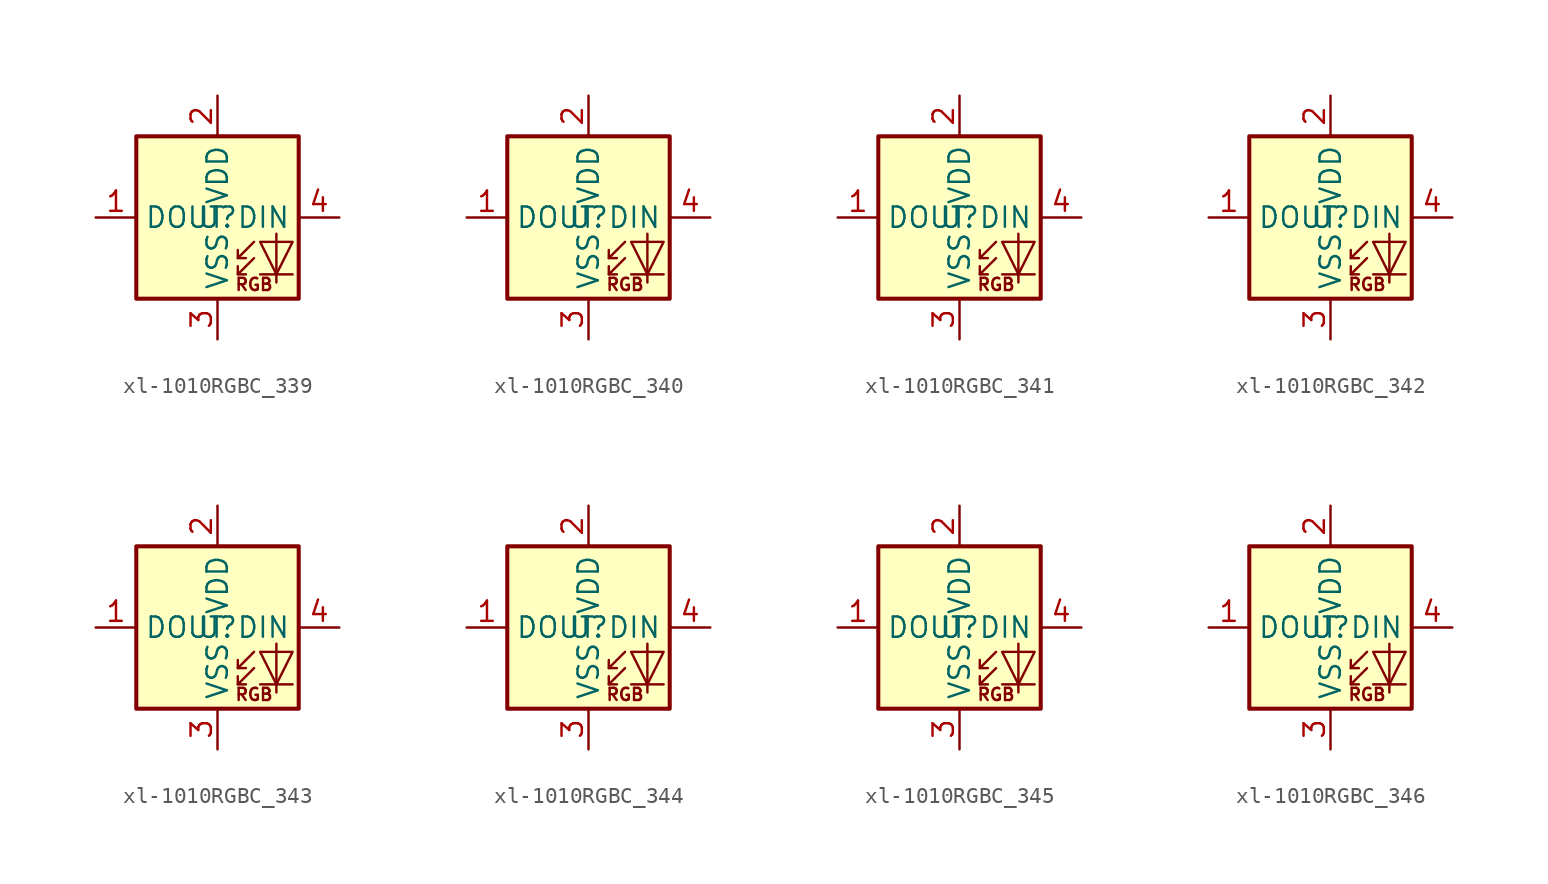
<source format=kicad_sym>
(kicad_symbol_lib
  (version 20231120)
  (generator "kicad_symbol_editor")
  (generator_version "8.0")
  (symbol "xl-1010RGBC_339"
    (property "Reference" "U"
      (at 0 0 0)
      (effects (font (size 1.27 1.27))))
    (property "Value" ""
      (at 0 0 0)
      (effects (font (size 1.27 1.27))))
    (symbol "xl-1010RGBC_339_0_0"
      (text "RGB" (at 2.286 -4.191 0) (effects (font (size 0.762 0.762)))))
    (symbol "xl-1010RGBC_339_0_1"
      (polyline (pts (xy 1.27 -3.556) (xy 1.778 -3.556)) (stroke (width 0) (type default)) (fill (type none)))
      (polyline (pts (xy 1.27 -2.54) (xy 1.778 -2.54)) (stroke (width 0) (type default)) (fill (type none)))
      (polyline (pts (xy 4.699 -3.556) (xy 2.667 -3.556)) (stroke (width 0) (type default)) (fill (type none)))
      (polyline (pts (xy 2.286 -2.54) (xy 1.27 -3.556) (xy 1.27 -3.048)) (stroke (width 0) (type default)) (fill (type none)))
      (polyline (pts (xy 2.286 -1.524) (xy 1.27 -2.54) (xy 1.27 -2.032)) (stroke (width 0) (type default)) (fill (type none)))
      (polyline (pts (xy 3.683 -1.016) (xy 3.683 -3.556) (xy 3.683 -4.064)) (stroke (width 0) (type default)) (fill (type none)))
      (polyline (pts (xy 4.699 -1.524) (xy 2.667 -1.524) (xy 3.683 -3.556) (xy 4.699 -1.524)) (stroke (width 0) (type default)) (fill (type none)))
      (rectangle (start 5.08 5.08) (end -5.08 -5.08) (stroke (width 0.254) (type default)) (fill (type background))))
    (symbol "xl-1010RGBC_339_1_1"
      (pin output line (at -7.62 0 0) (length 2.54) (name "DOUT" (effects (font (size 1.27 1.27)))) (number "1" (effects (font (size 1.27 1.27)))))
      (pin power_in line (at 0 7.62 270) (length 2.54) (name "VDD" (effects (font (size 1.27 1.27)))) (number "2" (effects (font (size 1.27 1.27)))))
      (pin power_in line (at 0 -7.62 90) (length 2.54) (name "VSS" (effects (font (size 1.27 1.27)))) (number "3" (effects (font (size 1.27 1.27)))))
      (pin input line (at 7.62 0 180) (length 2.54) (name "DIN" (effects (font (size 1.27 1.27)))) (number "4" (effects (font (size 1.27 1.27)))))))
  (symbol "xl-1010RGBC_340"
    (property "Reference" "U"
      (at 0 0 0)
      (effects (font (size 1.27 1.27))))
    (property "Value" ""
      (at 0 0 0)
      (effects (font (size 1.27 1.27))))
    (symbol "xl-1010RGBC_340_0_0"
      (text "RGB" (at 2.286 -4.191 0) (effects (font (size 0.762 0.762)))))
    (symbol "xl-1010RGBC_340_0_1"
      (polyline (pts (xy 1.27 -3.556) (xy 1.778 -3.556)) (stroke (width 0) (type default)) (fill (type none)))
      (polyline (pts (xy 1.27 -2.54) (xy 1.778 -2.54)) (stroke (width 0) (type default)) (fill (type none)))
      (polyline (pts (xy 4.699 -3.556) (xy 2.667 -3.556)) (stroke (width 0) (type default)) (fill (type none)))
      (polyline (pts (xy 2.286 -2.54) (xy 1.27 -3.556) (xy 1.27 -3.048)) (stroke (width 0) (type default)) (fill (type none)))
      (polyline (pts (xy 2.286 -1.524) (xy 1.27 -2.54) (xy 1.27 -2.032)) (stroke (width 0) (type default)) (fill (type none)))
      (polyline (pts (xy 3.683 -1.016) (xy 3.683 -3.556) (xy 3.683 -4.064)) (stroke (width 0) (type default)) (fill (type none)))
      (polyline (pts (xy 4.699 -1.524) (xy 2.667 -1.524) (xy 3.683 -3.556) (xy 4.699 -1.524)) (stroke (width 0) (type default)) (fill (type none)))
      (rectangle (start 5.08 5.08) (end -5.08 -5.08) (stroke (width 0.254) (type default)) (fill (type background))))
    (symbol "xl-1010RGBC_340_1_1"
      (pin output line (at -7.62 0 0) (length 2.54) (name "DOUT" (effects (font (size 1.27 1.27)))) (number "1" (effects (font (size 1.27 1.27)))))
      (pin power_in line (at 0 7.62 270) (length 2.54) (name "VDD" (effects (font (size 1.27 1.27)))) (number "2" (effects (font (size 1.27 1.27)))))
      (pin power_in line (at 0 -7.62 90) (length 2.54) (name "VSS" (effects (font (size 1.27 1.27)))) (number "3" (effects (font (size 1.27 1.27)))))
      (pin input line (at 7.62 0 180) (length 2.54) (name "DIN" (effects (font (size 1.27 1.27)))) (number "4" (effects (font (size 1.27 1.27)))))))
  (symbol "xl-1010RGBC_341"
    (property "Reference" "U"
      (at 0 0 0)
      (effects (font (size 1.27 1.27))))
    (property "Value" ""
      (at 0 0 0)
      (effects (font (size 1.27 1.27))))
    (symbol "xl-1010RGBC_341_0_0"
      (text "RGB" (at 2.286 -4.191 0) (effects (font (size 0.762 0.762)))))
    (symbol "xl-1010RGBC_341_0_1"
      (polyline (pts (xy 1.27 -3.556) (xy 1.778 -3.556)) (stroke (width 0) (type default)) (fill (type none)))
      (polyline (pts (xy 1.27 -2.54) (xy 1.778 -2.54)) (stroke (width 0) (type default)) (fill (type none)))
      (polyline (pts (xy 4.699 -3.556) (xy 2.667 -3.556)) (stroke (width 0) (type default)) (fill (type none)))
      (polyline (pts (xy 2.286 -2.54) (xy 1.27 -3.556) (xy 1.27 -3.048)) (stroke (width 0) (type default)) (fill (type none)))
      (polyline (pts (xy 2.286 -1.524) (xy 1.27 -2.54) (xy 1.27 -2.032)) (stroke (width 0) (type default)) (fill (type none)))
      (polyline (pts (xy 3.683 -1.016) (xy 3.683 -3.556) (xy 3.683 -4.064)) (stroke (width 0) (type default)) (fill (type none)))
      (polyline (pts (xy 4.699 -1.524) (xy 2.667 -1.524) (xy 3.683 -3.556) (xy 4.699 -1.524)) (stroke (width 0) (type default)) (fill (type none)))
      (rectangle (start 5.08 5.08) (end -5.08 -5.08) (stroke (width 0.254) (type default)) (fill (type background))))
    (symbol "xl-1010RGBC_341_1_1"
      (pin output line (at -7.62 0 0) (length 2.54) (name "DOUT" (effects (font (size 1.27 1.27)))) (number "1" (effects (font (size 1.27 1.27)))))
      (pin power_in line (at 0 7.62 270) (length 2.54) (name "VDD" (effects (font (size 1.27 1.27)))) (number "2" (effects (font (size 1.27 1.27)))))
      (pin power_in line (at 0 -7.62 90) (length 2.54) (name "VSS" (effects (font (size 1.27 1.27)))) (number "3" (effects (font (size 1.27 1.27)))))
      (pin input line (at 7.62 0 180) (length 2.54) (name "DIN" (effects (font (size 1.27 1.27)))) (number "4" (effects (font (size 1.27 1.27)))))))
  (symbol "xl-1010RGBC_342"
    (property "Reference" "U"
      (at 0 0 0)
      (effects (font (size 1.27 1.27))))
    (property "Value" ""
      (at 0 0 0)
      (effects (font (size 1.27 1.27))))
    (symbol "xl-1010RGBC_342_0_0"
      (text "RGB" (at 2.286 -4.191 0) (effects (font (size 0.762 0.762)))))
    (symbol "xl-1010RGBC_342_0_1"
      (polyline (pts (xy 1.27 -3.556) (xy 1.778 -3.556)) (stroke (width 0) (type default)) (fill (type none)))
      (polyline (pts (xy 1.27 -2.54) (xy 1.778 -2.54)) (stroke (width 0) (type default)) (fill (type none)))
      (polyline (pts (xy 4.699 -3.556) (xy 2.667 -3.556)) (stroke (width 0) (type default)) (fill (type none)))
      (polyline (pts (xy 2.286 -2.54) (xy 1.27 -3.556) (xy 1.27 -3.048)) (stroke (width 0) (type default)) (fill (type none)))
      (polyline (pts (xy 2.286 -1.524) (xy 1.27 -2.54) (xy 1.27 -2.032)) (stroke (width 0) (type default)) (fill (type none)))
      (polyline (pts (xy 3.683 -1.016) (xy 3.683 -3.556) (xy 3.683 -4.064)) (stroke (width 0) (type default)) (fill (type none)))
      (polyline (pts (xy 4.699 -1.524) (xy 2.667 -1.524) (xy 3.683 -3.556) (xy 4.699 -1.524)) (stroke (width 0) (type default)) (fill (type none)))
      (rectangle (start 5.08 5.08) (end -5.08 -5.08) (stroke (width 0.254) (type default)) (fill (type background))))
    (symbol "xl-1010RGBC_342_1_1"
      (pin output line (at -7.62 0 0) (length 2.54) (name "DOUT" (effects (font (size 1.27 1.27)))) (number "1" (effects (font (size 1.27 1.27)))))
      (pin power_in line (at 0 7.62 270) (length 2.54) (name "VDD" (effects (font (size 1.27 1.27)))) (number "2" (effects (font (size 1.27 1.27)))))
      (pin power_in line (at 0 -7.62 90) (length 2.54) (name "VSS" (effects (font (size 1.27 1.27)))) (number "3" (effects (font (size 1.27 1.27)))))
      (pin input line (at 7.62 0 180) (length 2.54) (name "DIN" (effects (font (size 1.27 1.27)))) (number "4" (effects (font (size 1.27 1.27)))))))
  (symbol "xl-1010RGBC_343"
    (property "Reference" "U"
      (at 0 0 0)
      (effects (font (size 1.27 1.27))))
    (property "Value" ""
      (at 0 0 0)
      (effects (font (size 1.27 1.27))))
    (symbol "xl-1010RGBC_343_0_0"
      (text "RGB" (at 2.286 -4.191 0) (effects (font (size 0.762 0.762)))))
    (symbol "xl-1010RGBC_343_0_1"
      (polyline (pts (xy 1.27 -3.556) (xy 1.778 -3.556)) (stroke (width 0) (type default)) (fill (type none)))
      (polyline (pts (xy 1.27 -2.54) (xy 1.778 -2.54)) (stroke (width 0) (type default)) (fill (type none)))
      (polyline (pts (xy 4.699 -3.556) (xy 2.667 -3.556)) (stroke (width 0) (type default)) (fill (type none)))
      (polyline (pts (xy 2.286 -2.54) (xy 1.27 -3.556) (xy 1.27 -3.048)) (stroke (width 0) (type default)) (fill (type none)))
      (polyline (pts (xy 2.286 -1.524) (xy 1.27 -2.54) (xy 1.27 -2.032)) (stroke (width 0) (type default)) (fill (type none)))
      (polyline (pts (xy 3.683 -1.016) (xy 3.683 -3.556) (xy 3.683 -4.064)) (stroke (width 0) (type default)) (fill (type none)))
      (polyline (pts (xy 4.699 -1.524) (xy 2.667 -1.524) (xy 3.683 -3.556) (xy 4.699 -1.524)) (stroke (width 0) (type default)) (fill (type none)))
      (rectangle (start 5.08 5.08) (end -5.08 -5.08) (stroke (width 0.254) (type default)) (fill (type background))))
    (symbol "xl-1010RGBC_343_1_1"
      (pin output line (at -7.62 0 0) (length 2.54) (name "DOUT" (effects (font (size 1.27 1.27)))) (number "1" (effects (font (size 1.27 1.27)))))
      (pin power_in line (at 0 7.62 270) (length 2.54) (name "VDD" (effects (font (size 1.27 1.27)))) (number "2" (effects (font (size 1.27 1.27)))))
      (pin power_in line (at 0 -7.62 90) (length 2.54) (name "VSS" (effects (font (size 1.27 1.27)))) (number "3" (effects (font (size 1.27 1.27)))))
      (pin input line (at 7.62 0 180) (length 2.54) (name "DIN" (effects (font (size 1.27 1.27)))) (number "4" (effects (font (size 1.27 1.27)))))))
  (symbol "xl-1010RGBC_344"
    (property "Reference" "U"
      (at 0 0 0)
      (effects (font (size 1.27 1.27))))
    (property "Value" ""
      (at 0 0 0)
      (effects (font (size 1.27 1.27))))
    (symbol "xl-1010RGBC_344_0_0"
      (text "RGB" (at 2.286 -4.191 0) (effects (font (size 0.762 0.762)))))
    (symbol "xl-1010RGBC_344_0_1"
      (polyline (pts (xy 1.27 -3.556) (xy 1.778 -3.556)) (stroke (width 0) (type default)) (fill (type none)))
      (polyline (pts (xy 1.27 -2.54) (xy 1.778 -2.54)) (stroke (width 0) (type default)) (fill (type none)))
      (polyline (pts (xy 4.699 -3.556) (xy 2.667 -3.556)) (stroke (width 0) (type default)) (fill (type none)))
      (polyline (pts (xy 2.286 -2.54) (xy 1.27 -3.556) (xy 1.27 -3.048)) (stroke (width 0) (type default)) (fill (type none)))
      (polyline (pts (xy 2.286 -1.524) (xy 1.27 -2.54) (xy 1.27 -2.032)) (stroke (width 0) (type default)) (fill (type none)))
      (polyline (pts (xy 3.683 -1.016) (xy 3.683 -3.556) (xy 3.683 -4.064)) (stroke (width 0) (type default)) (fill (type none)))
      (polyline (pts (xy 4.699 -1.524) (xy 2.667 -1.524) (xy 3.683 -3.556) (xy 4.699 -1.524)) (stroke (width 0) (type default)) (fill (type none)))
      (rectangle (start 5.08 5.08) (end -5.08 -5.08) (stroke (width 0.254) (type default)) (fill (type background))))
    (symbol "xl-1010RGBC_344_1_1"
      (pin output line (at -7.62 0 0) (length 2.54) (name "DOUT" (effects (font (size 1.27 1.27)))) (number "1" (effects (font (size 1.27 1.27)))))
      (pin power_in line (at 0 7.62 270) (length 2.54) (name "VDD" (effects (font (size 1.27 1.27)))) (number "2" (effects (font (size 1.27 1.27)))))
      (pin power_in line (at 0 -7.62 90) (length 2.54) (name "VSS" (effects (font (size 1.27 1.27)))) (number "3" (effects (font (size 1.27 1.27)))))
      (pin input line (at 7.62 0 180) (length 2.54) (name "DIN" (effects (font (size 1.27 1.27)))) (number "4" (effects (font (size 1.27 1.27)))))))
  (symbol "xl-1010RGBC_345"
    (property "Reference" "U"
      (at 0 0 0)
      (effects (font (size 1.27 1.27))))
    (property "Value" ""
      (at 0 0 0)
      (effects (font (size 1.27 1.27))))
    (symbol "xl-1010RGBC_345_0_0"
      (text "RGB" (at 2.286 -4.191 0) (effects (font (size 0.762 0.762)))))
    (symbol "xl-1010RGBC_345_0_1"
      (polyline (pts (xy 1.27 -3.556) (xy 1.778 -3.556)) (stroke (width 0) (type default)) (fill (type none)))
      (polyline (pts (xy 1.27 -2.54) (xy 1.778 -2.54)) (stroke (width 0) (type default)) (fill (type none)))
      (polyline (pts (xy 4.699 -3.556) (xy 2.667 -3.556)) (stroke (width 0) (type default)) (fill (type none)))
      (polyline (pts (xy 2.286 -2.54) (xy 1.27 -3.556) (xy 1.27 -3.048)) (stroke (width 0) (type default)) (fill (type none)))
      (polyline (pts (xy 2.286 -1.524) (xy 1.27 -2.54) (xy 1.27 -2.032)) (stroke (width 0) (type default)) (fill (type none)))
      (polyline (pts (xy 3.683 -1.016) (xy 3.683 -3.556) (xy 3.683 -4.064)) (stroke (width 0) (type default)) (fill (type none)))
      (polyline (pts (xy 4.699 -1.524) (xy 2.667 -1.524) (xy 3.683 -3.556) (xy 4.699 -1.524)) (stroke (width 0) (type default)) (fill (type none)))
      (rectangle (start 5.08 5.08) (end -5.08 -5.08) (stroke (width 0.254) (type default)) (fill (type background))))
    (symbol "xl-1010RGBC_345_1_1"
      (pin output line (at -7.62 0 0) (length 2.54) (name "DOUT" (effects (font (size 1.27 1.27)))) (number "1" (effects (font (size 1.27 1.27)))))
      (pin power_in line (at 0 7.62 270) (length 2.54) (name "VDD" (effects (font (size 1.27 1.27)))) (number "2" (effects (font (size 1.27 1.27)))))
      (pin power_in line (at 0 -7.62 90) (length 2.54) (name "VSS" (effects (font (size 1.27 1.27)))) (number "3" (effects (font (size 1.27 1.27)))))
      (pin input line (at 7.62 0 180) (length 2.54) (name "DIN" (effects (font (size 1.27 1.27)))) (number "4" (effects (font (size 1.27 1.27)))))))
  (symbol "xl-1010RGBC_346"
    (property "Reference" "U"
      (at 0 0 0)
      (effects (font (size 1.27 1.27))))
    (property "Value" ""
      (at 0 0 0)
      (effects (font (size 1.27 1.27))))
    (symbol "xl-1010RGBC_346_0_0"
      (text "RGB" (at 2.286 -4.191 0) (effects (font (size 0.762 0.762)))))
    (symbol "xl-1010RGBC_346_0_1"
      (polyline (pts (xy 1.27 -3.556) (xy 1.778 -3.556)) (stroke (width 0) (type default)) (fill (type none)))
      (polyline (pts (xy 1.27 -2.54) (xy 1.778 -2.54)) (stroke (width 0) (type default)) (fill (type none)))
      (polyline (pts (xy 4.699 -3.556) (xy 2.667 -3.556)) (stroke (width 0) (type default)) (fill (type none)))
      (polyline (pts (xy 2.286 -2.54) (xy 1.27 -3.556) (xy 1.27 -3.048)) (stroke (width 0) (type default)) (fill (type none)))
      (polyline (pts (xy 2.286 -1.524) (xy 1.27 -2.54) (xy 1.27 -2.032)) (stroke (width 0) (type default)) (fill (type none)))
      (polyline (pts (xy 3.683 -1.016) (xy 3.683 -3.556) (xy 3.683 -4.064)) (stroke (width 0) (type default)) (fill (type none)))
      (polyline (pts (xy 4.699 -1.524) (xy 2.667 -1.524) (xy 3.683 -3.556) (xy 4.699 -1.524)) (stroke (width 0) (type default)) (fill (type none)))
      (rectangle (start 5.08 5.08) (end -5.08 -5.08) (stroke (width 0.254) (type default)) (fill (type background))))
    (symbol "xl-1010RGBC_346_1_1"
      (pin output line (at -7.62 0 0) (length 2.54) (name "DOUT" (effects (font (size 1.27 1.27)))) (number "1" (effects (font (size 1.27 1.27)))))
      (pin power_in line (at 0 7.62 270) (length 2.54) (name "VDD" (effects (font (size 1.27 1.27)))) (number "2" (effects (font (size 1.27 1.27)))))
      (pin power_in line (at 0 -7.62 90) (length 2.54) (name "VSS" (effects (font (size 1.27 1.27)))) (number "3" (effects (font (size 1.27 1.27)))))
      (pin input line (at 7.62 0 180) (length 2.54) (name "DIN" (effects (font (size 1.27 1.27)))) (number "4" (effects (font (size 1.27 1.27))))))))
</source>
